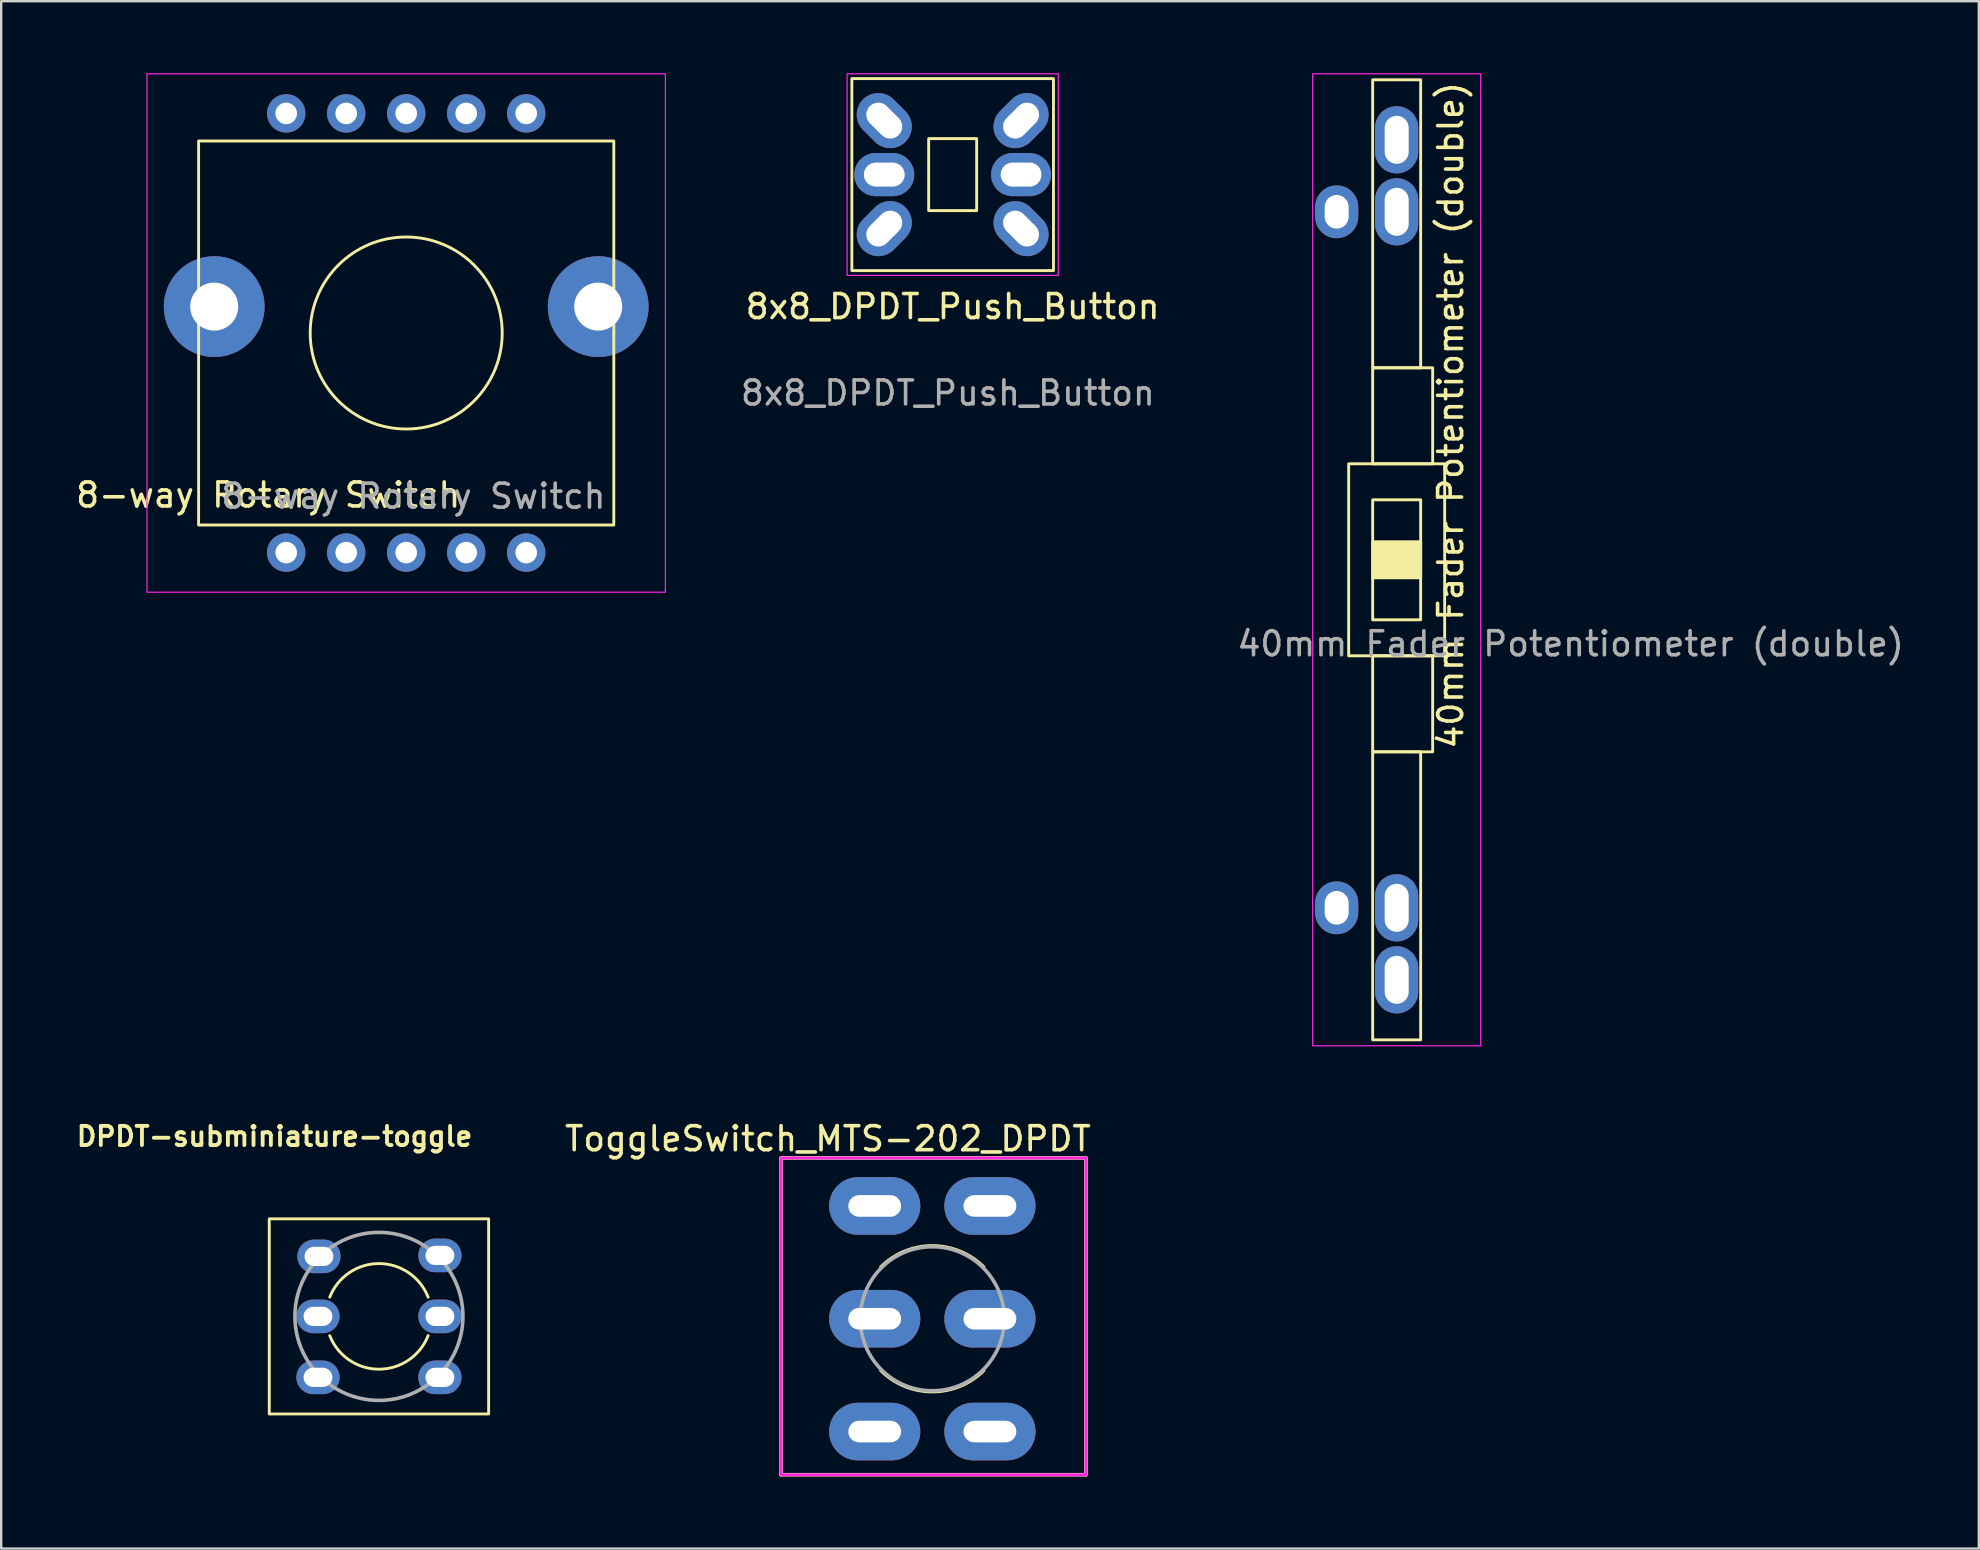
<source format=kicad_pcb>
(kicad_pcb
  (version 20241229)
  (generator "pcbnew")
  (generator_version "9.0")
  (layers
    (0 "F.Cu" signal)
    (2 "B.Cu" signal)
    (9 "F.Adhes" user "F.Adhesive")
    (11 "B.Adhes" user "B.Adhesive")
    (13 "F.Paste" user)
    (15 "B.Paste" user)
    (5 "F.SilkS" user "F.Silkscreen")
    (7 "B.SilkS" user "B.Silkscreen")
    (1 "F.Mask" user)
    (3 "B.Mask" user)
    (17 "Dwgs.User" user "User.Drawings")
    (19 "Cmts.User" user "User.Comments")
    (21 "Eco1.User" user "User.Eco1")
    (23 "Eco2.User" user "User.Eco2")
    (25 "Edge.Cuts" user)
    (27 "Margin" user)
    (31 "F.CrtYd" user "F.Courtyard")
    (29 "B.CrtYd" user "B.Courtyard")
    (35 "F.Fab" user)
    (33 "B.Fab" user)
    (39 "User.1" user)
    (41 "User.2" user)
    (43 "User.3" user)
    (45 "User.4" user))
  (footprint "8-way Rotary Switch"
    (layer "F.Cu")
    (at 13.875 10.825)
    (property "Reference" "8-way Rotary Switch" (at -5.75 6.75 0) (unlocked yes) (layer "F.SilkS") (effects (font (size 1 1) (thickness 0.15))))
    (attr smd)
    (fp_rect (start -8.65 -8) (end 8.65 8) (stroke (width 0.12) (type solid)) (fill no) (layer "F.SilkS"))
    (fp_circle (center 0 0) (end 4 0) (stroke (width 0.12) (type default)) (fill no) (layer "F.SilkS"))
    (fp_rect (start -10.8 -10.8) (end 10.8 10.8) (stroke (width 0.05) (type default)) (fill no) (layer "F.CrtYd"))
    (fp_text user "${REFERENCE}" (at 8.4 6.8 0) (unlocked yes) (layer "F.Fab") (effects (font (size 1 1) (thickness 0.15)) (justify right)))
    (pad "1" thru_hole circle (at 2.5 9.15) (size 1.6 1.6) (drill 0.9) (layers "*.Cu" "*.Mask"))
    (pad "2" thru_hole circle (at 0 9.15) (size 1.6 1.6) (drill 0.9) (layers "*.Cu" "*.Mask"))
    (pad "3" thru_hole circle (at -2.5 9.15) (size 1.6 1.6) (drill 0.9) (layers "*.Cu" "*.Mask"))
    (pad "4" thru_hole circle (at -5 9.15) (size 1.6 1.6) (drill 0.9) (layers "*.Cu" "*.Mask"))
    (pad "5" thru_hole circle (at -5 -9.15) (size 1.6 1.6) (drill 0.9) (layers "*.Cu" "*.Mask"))
    (pad "6" thru_hole circle (at -2.5 -9.15) (size 1.6 1.6) (drill 0.9) (layers "*.Cu" "*.Mask"))
    (pad "7" thru_hole circle (at 0 -9.15) (size 1.6 1.6) (drill 0.9) (layers "*.Cu" "*.Mask"))
    (pad "8" thru_hole circle (at 2.5 -9.15) (size 1.6 1.6) (drill 0.9) (layers "*.Cu" "*.Mask"))
    (pad "9" thru_hole circle (at 5 -9.15) (size 1.6 1.6) (drill 0.9) (layers "*.Cu" "*.Mask"))
    (pad "9" thru_hole circle (at 5 9.15) (size 1.6 1.6) (drill 0.9) (layers "*.Cu" "*.Mask"))
    (pad "MP" thru_hole circle (at -8 -1.1) (size 4.2 4.2) (drill 2) (layers "*.Cu" "*.Mask"))
    (pad "MP" thru_hole circle (at 8 -1.1) (size 4.2 4.2) (drill 2) (layers "*.Cu" "*.Mask")))
  (footprint "DPDT-subminiature-toggle"
    (layer "F.Cu")
    (at 12.739 51.799)
    (property "Reference" "DPDT-subminiature-toggle" (at -4.35 -7.5 0) (layer "F.SilkS") (effects (font (size 0.8 0.8) (thickness 0.16) (bold yes))))
    (attr through_hole)
    (fp_rect (start -4.57 -4.065) (end 4.57 4.065) (stroke (width 0.12) (type solid)) (fill no) (layer "F.SilkS"))
    (fp_arc (start -2.049263 -0.801886) (mid 0.001012 -2.200568) (end 2.05 -0.8) (stroke (width 0.12) (type default)) (layer "F.SilkS"))
    (fp_arc (start 2.049999 0.800001) (mid -0.000001 2.200568) (end -2.05 0.8) (stroke (width 0.12) (type default)) (layer "F.SilkS"))
    (fp_circle (center -0.000416 0) (end 3.5 0) (stroke (width 0.15) (type solid)) (fill no) (layer "F.Fab"))
    (pad "1" thru_hole oval (at -2.5 -2.5 90) (size 1.4 1.8) (drill oval 0.8 1.2) (layers "*.Cu" "*.Mask"))
    (pad "2" thru_hole oval (at -2.54 0 90) (size 1.4 1.8) (drill oval 0.8 1.2) (layers "*.Cu" "*.Mask"))
    (pad "3" thru_hole oval (at -2.54 2.54) (size 1.8 1.4) (drill oval 1.2 0.8) (layers "*.Cu" "*.Mask"))
    (pad "4" thru_hole oval (at 2.54 -2.54 90) (size 1.4 1.8) (drill oval 0.8 1.2) (layers "*.Cu" "*.Mask"))
    (pad "5" thru_hole oval (at 2.54 0 90) (size 1.4 1.8) (drill oval 0.8 1.2) (layers "*.Cu" "*.Mask"))
    (pad "6" thru_hole oval (at 2.54 2.54) (size 1.8 1.4) (drill oval 1.2 0.8) (layers "*.Cu" "*.Mask")))
  (footprint "40mm Fader Potentiometer (double)"
    (layer "F.Cu")
    (at 55.144 20.275)
    (property "Reference" "40mm Fader Potentiometer (double)" (at 2.25 -20 90) (unlocked yes) (layer "F.SilkS") (effects (font (size 1 1) (thickness 0.15)) (justify right)))
    (attr smd)
    (fp_rect (start -2 -4) (end 2 4) (stroke (width 0.12) (type default)) (fill no) (layer "F.SilkS"))
    (fp_rect (start -1 -20) (end 1 -8) (stroke (width 0.12) (type default)) (fill no) (layer "F.SilkS"))
    (fp_rect (start -1 -8) (end 1.5 -4) (stroke (width 0.12) (type default)) (fill no) (layer "F.SilkS"))
    (fp_rect (start -1 -2.5) (end 1 2.5) (stroke (width 0.12) (type default)) (fill no) (layer "F.SilkS"))
    (fp_rect (start -1 -0.75) (end 1 0.75) (stroke (width 0.12) (type solid)) (fill yes) (layer "F.SilkS"))
    (fp_rect (start -1 4) (end 1.5 8) (stroke (width 0.12) (type default)) (fill no) (layer "F.SilkS"))
    (fp_rect (start -1 8) (end 1 20) (stroke (width 0.12) (type default)) (fill no) (layer "F.SilkS"))
    (fp_rect (start -3.5 -20.25) (end 3.5 20.25) (stroke (width 0.05) (type default)) (fill no) (layer "F.CrtYd"))
    (fp_text user "${REFERENCE}" (at 7.25 3.5 0) (unlocked yes) (layer "F.Fab") (effects (font (size 1 1) (thickness 0.15))))
    (pad "1" thru_hole oval (at 0 -17.5) (size 1.8 2.8) (drill oval 1 2) (layers "*.Cu" "*.Mask"))
    (pad "2" thru_hole oval (at -2.5 -14.5) (size 1.8 2.2) (drill oval 1 1.4) (layers "*.Cu" "*.Mask"))
    (pad "3" thru_hole oval (at 0 17.5) (size 1.8 2.8) (drill oval 1 2) (layers "*.Cu" "*.Mask"))
    (pad "4" thru_hole oval (at 0 -14.5) (size 1.8 2.8) (drill oval 1 2) (layers "*.Cu" "*.Mask"))
    (pad "5" thru_hole oval (at -2.5 14.5) (size 1.8 2.2) (drill oval 1 1.4) (layers "*.Cu" "*.Mask"))
    (pad "6" thru_hole oval (at 0 14.5) (size 1.8 2.8) (drill oval 1 2) (layers "*.Cu" "*.Mask")))
  (footprint "ToggleSwitch_MTS-202_DPDT"
    (layer "F.Cu")
    (at 35.796 51.898)
    (property "Reference" "ToggleSwitch_MTS-202_DPDT" (at -4.35 -7.5 0) (layer "F.SilkS") (effects (font (size 1 1) (thickness 0.15))))
    (attr through_hole)
    (fp_line (start -6.3 -6.7) (end 6.4 -6.7) (stroke (width 0.15) (type solid)) (layer "F.SilkS"))
    (fp_line (start -6.3 6.5) (end -6.3 -6.7) (stroke (width 0.15) (type solid)) (layer "F.SilkS"))
    (fp_line (start 6.4 -6.7) (end 6.4 6.5) (stroke (width 0.15) (type solid)) (layer "F.SilkS"))
    (fp_line (start 6.4 6.5) (end -6.3 6.5) (stroke (width 0.15) (type solid)) (layer "F.SilkS"))
    (fp_arc (start -2.162732 -2.162732) (mid 0 -3.058565) (end 2.162732 -2.162732) (stroke (width 0.1) (type default)) (layer "F.SilkS"))
    (fp_arc (start 2.162732 2.162732) (mid 0 3.058565) (end -2.162732 2.162732) (stroke (width 0.1) (type default)) (layer "F.SilkS"))
    (fp_line (start -6.3 -6.7) (end -6.3 6.5) (stroke (width 0.12) (type solid)) (layer "F.CrtYd"))
    (fp_line (start 6.4 -6.7) (end -6.3 -6.7) (stroke (width 0.12) (type solid)) (layer "F.CrtYd"))
    (fp_line (start 6.4 -6.7) (end 6.4 6.5) (stroke (width 0.12) (type solid)) (layer "F.CrtYd"))
    (fp_line (start 6.4 6.5) (end -6.3 6.5) (stroke (width 0.12) (type solid)) (layer "F.CrtYd"))
    (fp_circle (center -0.000416 0) (end 3 0) (stroke (width 0.15) (type solid)) (fill no) (layer "F.Fab"))
    (pad "1" thru_hole oval (at -2.4 -4.7) (size 3.8 2.4) (drill oval 2.2 0.9) (layers "*.Cu" "*.Mask"))
    (pad "2" thru_hole oval (at -2.4 0) (size 3.8 2.4) (drill oval 2.2 0.9) (layers "*.Cu" "*.Mask"))
    (pad "3" thru_hole oval (at -2.4 4.7) (size 3.8 2.4) (drill oval 2.2 0.9) (layers "*.Cu" "*.Mask"))
    (pad "4" thru_hole oval (at 2.4 -4.7) (size 3.8 2.4) (drill oval 2.2 0.9) (layers "*.Cu" "*.Mask"))
    (pad "5" thru_hole oval (at 2.4 0) (size 3.8 2.4) (drill oval 2.2 0.9) (layers "*.Cu" "*.Mask"))
    (pad "6" thru_hole oval (at 2.4 4.7) (size 3.8 2.4) (drill oval 2.2 0.9) (layers "*.Cu" "*.Mask")))
  (footprint "8x8_DPDT_Push_Button"
    (layer "F.Cu")
    (at 36.644 4.225)
    (property "Reference" "8x8_DPDT_Push_Button" (at 0 5.5 0) (unlocked yes) (layer "F.SilkS") (effects (font (size 1 1) (thickness 0.15))))
    (attr through_hole)
    (fp_rect (start -4.2 -4) (end 4.2 4) (stroke (width 0.12) (type default)) (fill no) (layer "F.SilkS"))
    (fp_rect (start -1 -1.5) (end 1 1.5) (stroke (width 0.12) (type default)) (fill no) (layer "F.SilkS"))
    (fp_rect (start -4.4 -4.2) (end 4.4 4.2) (stroke (width 0.05) (type default)) (fill no) (layer "F.CrtYd"))
    (fp_text user "${REFERENCE}" (at -0.2 9.1 0) (unlocked yes) (layer "F.Fab") (effects (font (size 1 1) (thickness 0.15))))
    (pad "1" thru_hole oval (at -2.85 -2.25 315) (size 2.5 1.8) (drill oval 1.7 1) (layers "*.Cu" "*.Mask"))
    (pad "2" thru_hole oval (at -2.85 0 180) (size 2.5 1.8) (drill oval 1.7 1) (layers "*.Cu" "*.Mask"))
    (pad "3" thru_hole oval (at -2.85 2.25 225) (size 2.5 1.8) (drill oval 1.7 1) (layers "*.Cu" "*.Mask"))
    (pad "4" thru_hole oval (at 2.85 -2.25 225) (size 2.5 1.8) (drill oval 1.7 1) (layers "*.Cu" "*.Mask"))
    (pad "5" thru_hole oval (at 2.85 0 180) (size 2.5 1.8) (drill oval 1.7 1) (layers "*.Cu" "*.Mask"))
    (pad "6" thru_hole oval (at 2.85 2.25 135) (size 2.5 1.8) (drill oval 1.7 1) (layers "*.Cu" "*.Mask")))
  (gr_rect
    (start -3 -3)
    (end 79.4 61.473)
    (stroke (width 0.1) (type default))
    (fill no)
    (layer "Edge.Cuts")))
</source>
